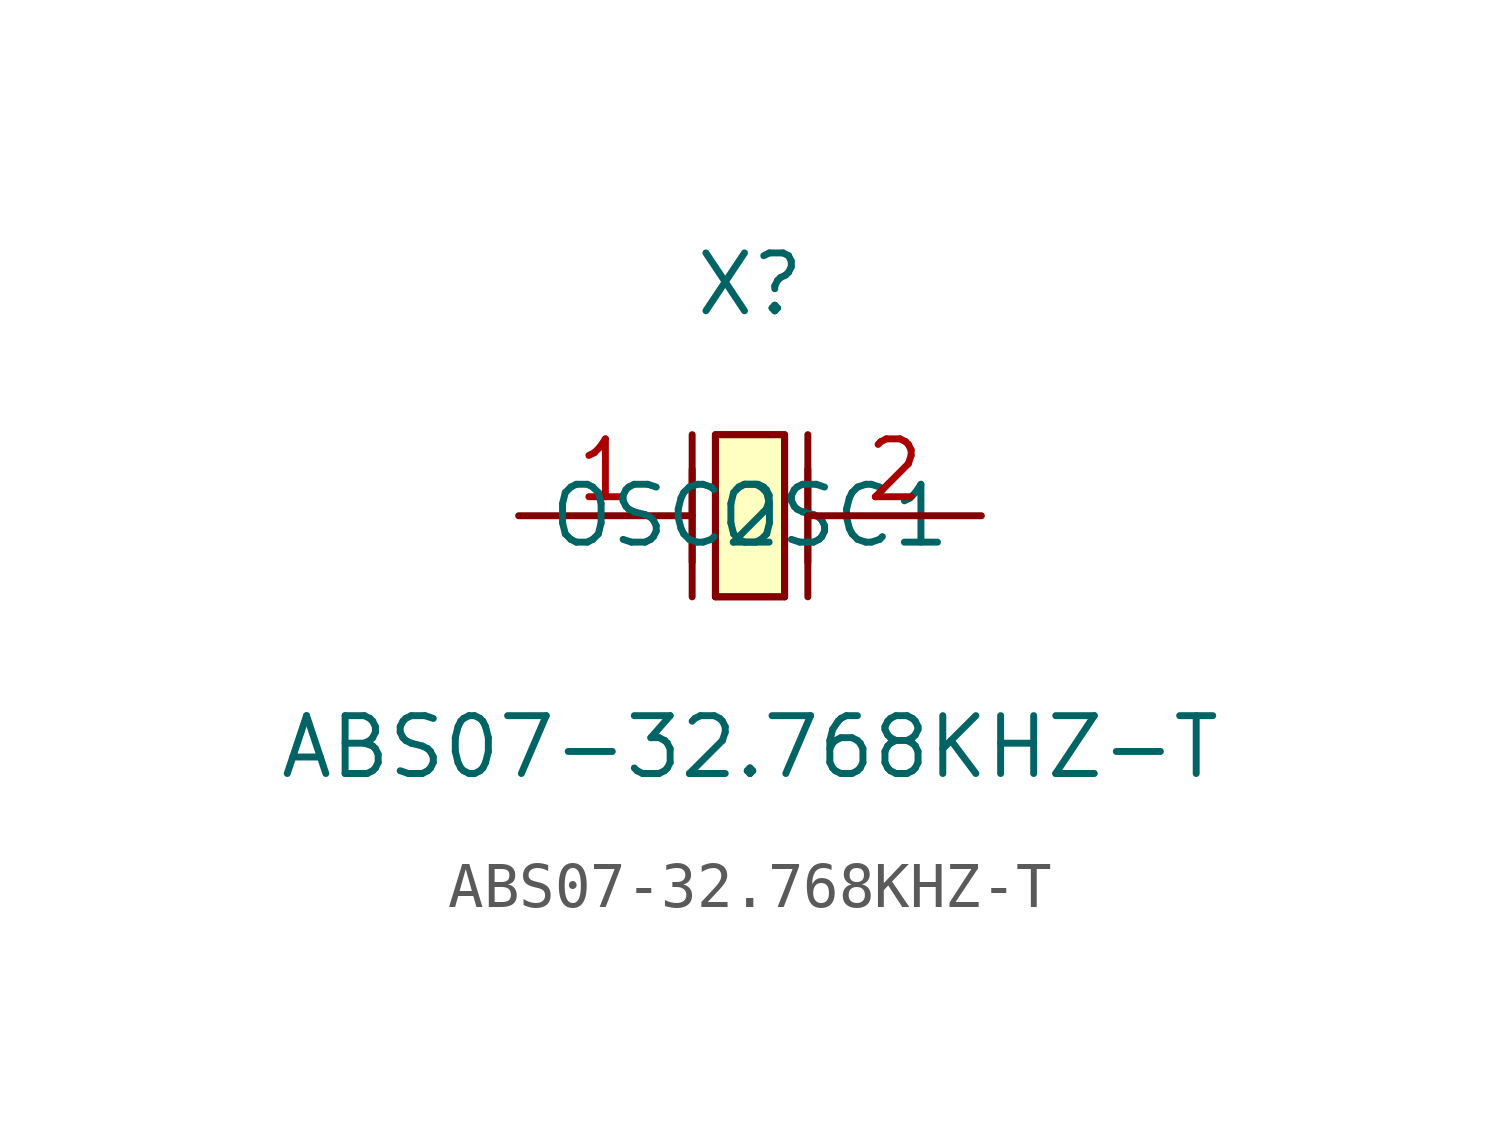
<source format=kicad_sym>
(kicad_symbol_lib
  (version 20241209)
  (generator "kicad_symbol_editor")
  (generator_version "9.0")
  (symbol "ABS07-32.768KHZ-T"
    (property "Reference" "X"
      (at 0 5.08 0)
      (effects (font (size 1.27 1.27))))
    (property "Value" "ABS07-32.768KHZ-T"
      (at 0 -5.08 0)
      (effects (font (size 1.27 1.27))))
    (symbol "ABS07-32.768KHZ-T_0_1"
      (polyline (pts (xy -1.27 -1.02) (xy -1.27 1.02)) (stroke (width 0) (type default)) (fill (type none)))
      (polyline (pts (xy -1.27 -1.78) (xy -1.27 1.78)) (stroke (width 0) (type default)) (fill (type none)))
      (polyline (pts (xy -0.76 -1.78) (xy -0.76 1.78) (xy 0.76 1.78) (xy 0.76 -1.78)) (stroke (width 0) (type default)) (fill (type none)))
      (polyline (pts (xy 0.76 1.78) (xy 0.76 -1.78) (xy -0.76 -1.78) (xy -0.76 1.78) (xy 0.76 1.78)) (stroke (width 0) (type default)) (fill (type background)))
      (polyline (pts (xy 0.76 -1.78) (xy -0.76 -1.78)) (stroke (width 0) (type default)) (fill (type none)))
      (polyline (pts (xy 1.27 -1.02) (xy 1.27 1.02)) (stroke (width 0) (type default)) (fill (type none)))
      (polyline (pts (xy 1.27 -1.78) (xy 1.27 1.78)) (stroke (width 0) (type default)) (fill (type none)))
      (pin input line (at -5.08 0 0) (length 3.81) (name "OSC1" (effects (font (size 1.27 1.27)))) (number "1" (effects (font (size 1.27 1.27)))))
      (pin input line (at 5.08 0 180) (length 3.81) (name "OSC2" (effects (font (size 1.27 1.27)))) (number "2" (effects (font (size 1.27 1.27))))))))
</source>
